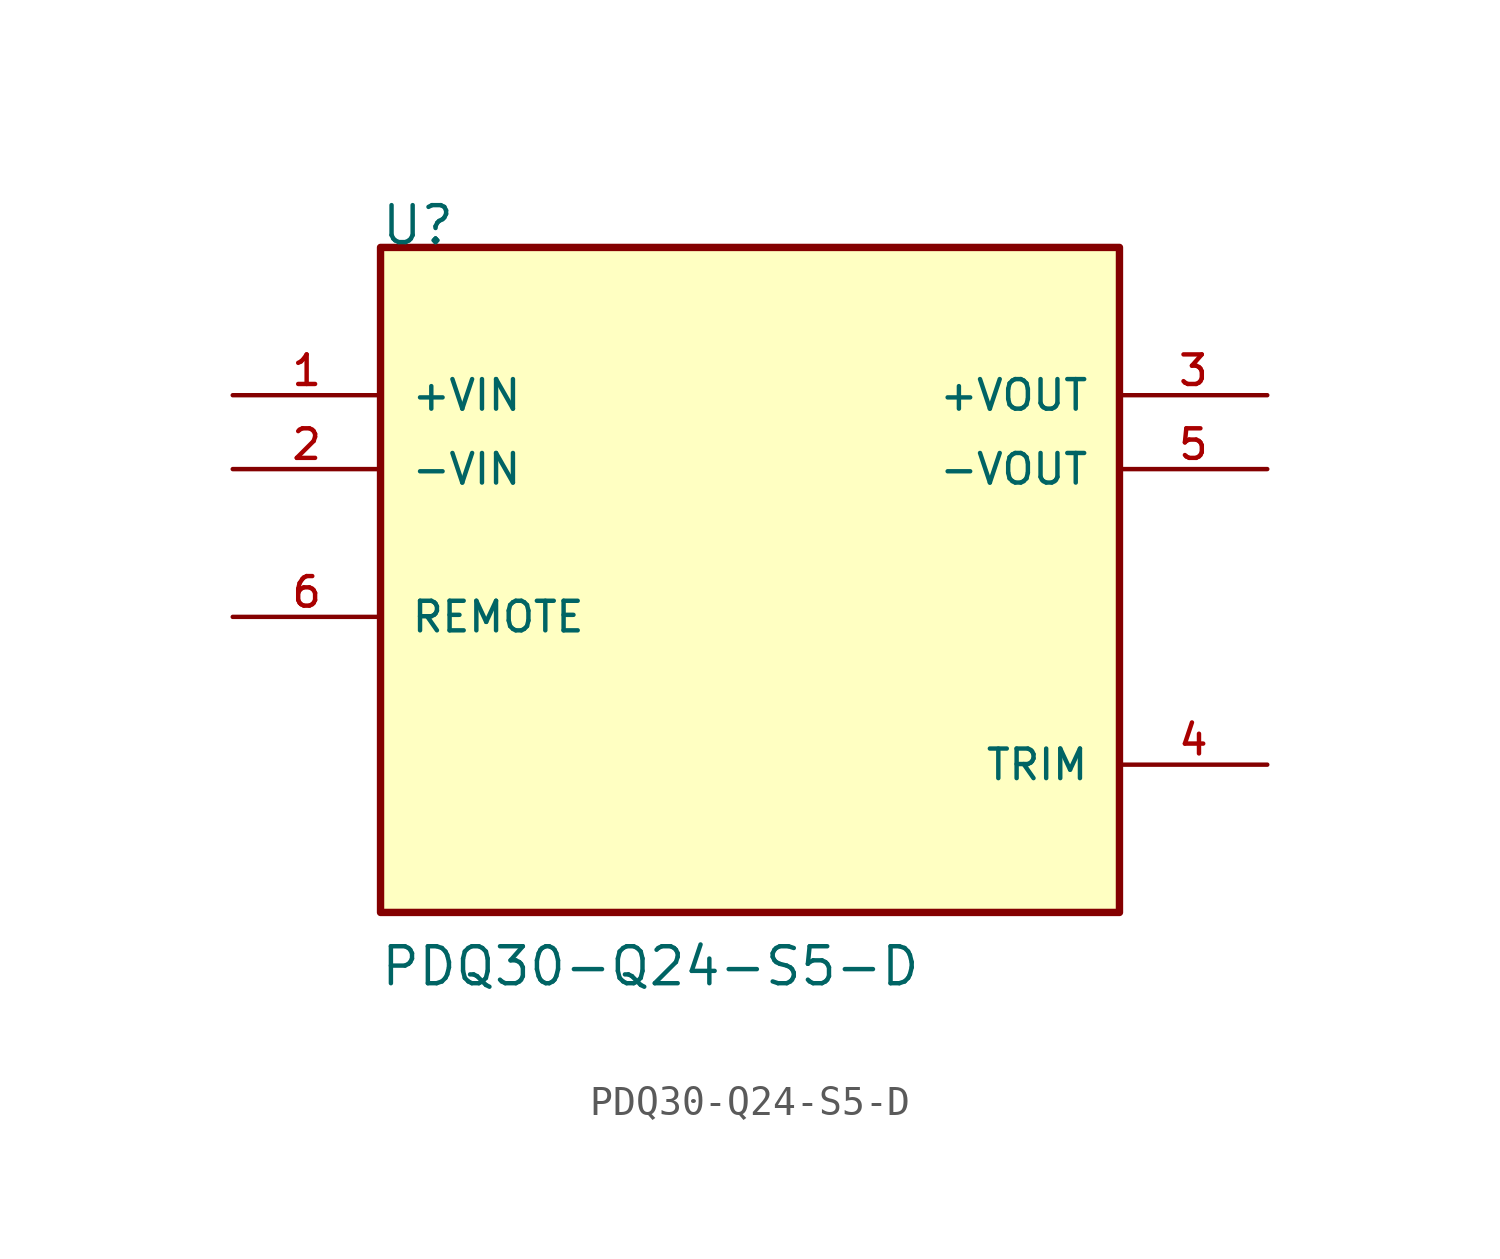
<source format=kicad_sym>
(kicad_symbol_lib
  (version 20211014)
  (generator kicad_symbol_editor)
  (symbol "PDQ30-Q24-S5-D"
    (pin_names
      (offset 1.016))
    (property "Reference" "U"
      (at -12.724 10.18 0)
      (effects (font (size 1.27 1.27)) (justify bottom left)))
    (property "Value" "PDQ30-Q24-S5-D"
      (at -12.746 -15.295 0)
      (effects (font (size 1.27 1.27)) (justify bottom left)))
    (symbol "PDQ30-Q24-S5-D_0_0"
      (rectangle (start -12.7 -12.7) (end 12.7 10.16) (stroke (width 0.254)) (fill (type background)))
      (pin input line (at -17.78 5.08 0) (length 5.08) (name "+VIN" (effects (font (size 1.016 1.016)))) (number "1" (effects (font (size 1.016 1.016)))))
      (pin input line (at -17.78 2.54 0) (length 5.08) (name "-VIN" (effects (font (size 1.016 1.016)))) (number "2" (effects (font (size 1.016 1.016)))))
      (pin output line (at 17.78 5.08 180.0) (length 5.08) (name "+VOUT" (effects (font (size 1.016 1.016)))) (number "3" (effects (font (size 1.016 1.016)))))
      (pin passive line (at 17.78 -7.62 180.0) (length 5.08) (name "TRIM" (effects (font (size 1.016 1.016)))) (number "4" (effects (font (size 1.016 1.016)))))
      (pin output line (at 17.78 2.54 180.0) (length 5.08) (name "-VOUT" (effects (font (size 1.016 1.016)))) (number "5" (effects (font (size 1.016 1.016)))))
      (pin input line (at -17.78 -2.54 0) (length 5.08) (name "REMOTE" (effects (font (size 1.016 1.016)))) (number "6" (effects (font (size 1.016 1.016))))))))
</source>
